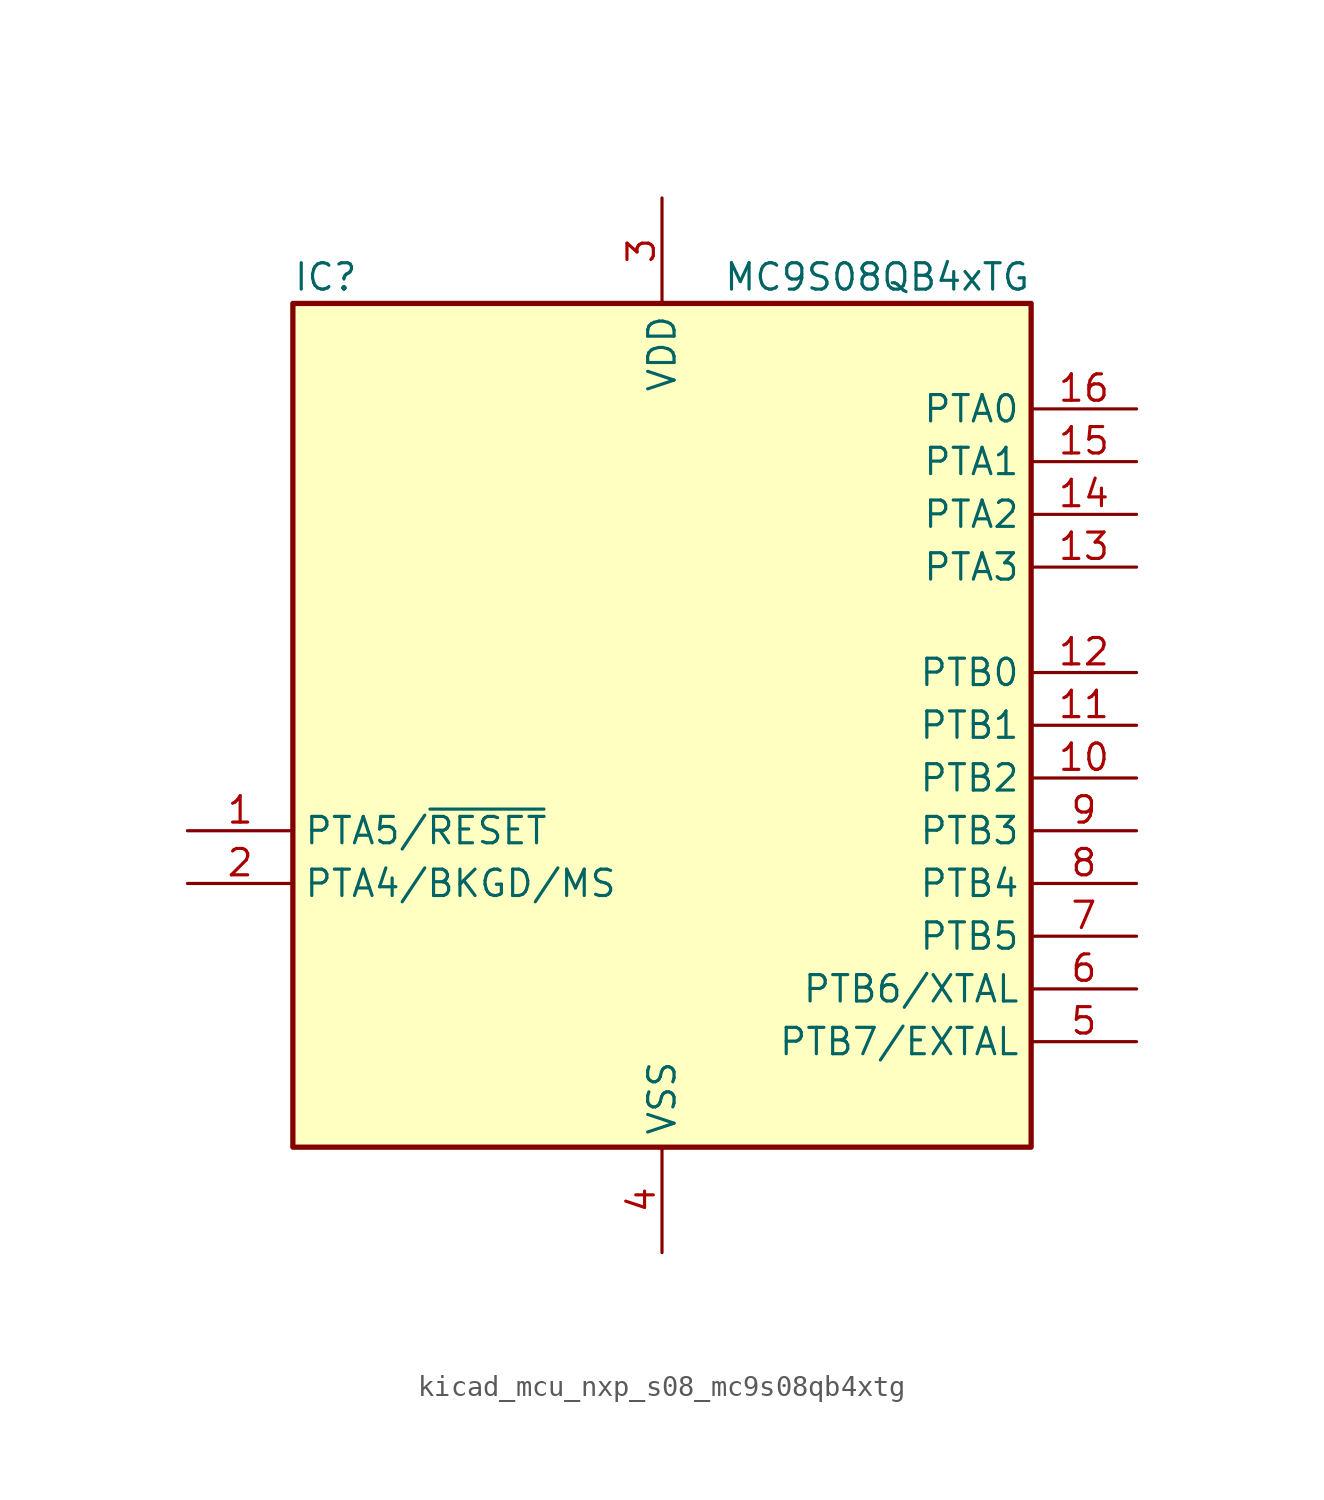
<source format=kicad_sym>
(kicad_symbol_lib
  (version 20220914)
  (generator kicad_symbol_editor)
  (symbol "kicad_mcu_nxp_s08_mc9s08qb4xtg"
    (property "Reference" "IC"
      (at -17.78 21.59 0)
      (effects (font (size 1.27 1.27)) (justify left)))
    (property "Value" "MC9S08QB4xTG"
      (at 17.78 21.59 0)
      (effects (font (size 1.27 1.27)) (justify right)))
    (symbol "kicad_mcu_nxp_s08_mc9s08qb4xtg_0_1"
      (rectangle (start -17.78 20.32) (end 17.78 -20.32) (stroke (width 0.254) (type default)) (fill (type background))))
    (symbol "kicad_mcu_nxp_s08_mc9s08qb4xtg_1_1"
      (pin bidirectional line (at -22.86 -5.08 0) (length 5.08) (name "PTA5/~{RESET}" (effects (font (size 1.27 1.27)))) (number "1" (effects (font (size 1.27 1.27)))))
      (pin bidirectional line (at 22.86 -2.54 180) (length 5.08) (name "PTB2" (effects (font (size 1.27 1.27)))) (number "10" (effects (font (size 1.27 1.27)))))
      (pin bidirectional line (at 22.86 0 180) (length 5.08) (name "PTB1" (effects (font (size 1.27 1.27)))) (number "11" (effects (font (size 1.27 1.27)))))
      (pin bidirectional line (at 22.86 2.54 180) (length 5.08) (name "PTB0" (effects (font (size 1.27 1.27)))) (number "12" (effects (font (size 1.27 1.27)))))
      (pin bidirectional line (at 22.86 7.62 180) (length 5.08) (name "PTA3" (effects (font (size 1.27 1.27)))) (number "13" (effects (font (size 1.27 1.27)))))
      (pin bidirectional line (at 22.86 10.16 180) (length 5.08) (name "PTA2" (effects (font (size 1.27 1.27)))) (number "14" (effects (font (size 1.27 1.27)))))
      (pin bidirectional line (at 22.86 12.7 180) (length 5.08) (name "PTA1" (effects (font (size 1.27 1.27)))) (number "15" (effects (font (size 1.27 1.27)))))
      (pin bidirectional line (at 22.86 15.24 180) (length 5.08) (name "PTA0" (effects (font (size 1.27 1.27)))) (number "16" (effects (font (size 1.27 1.27)))))
      (pin bidirectional line (at -22.86 -7.62 0) (length 5.08) (name "PTA4/BKGD/MS" (effects (font (size 1.27 1.27)))) (number "2" (effects (font (size 1.27 1.27)))))
      (pin power_in line (at 0 25.4 270) (length 5.08) (name "VDD" (effects (font (size 1.27 1.27)))) (number "3" (effects (font (size 1.27 1.27)))))
      (pin power_in line (at 0 -25.4 90) (length 5.08) (name "VSS" (effects (font (size 1.27 1.27)))) (number "4" (effects (font (size 1.27 1.27)))))
      (pin bidirectional line (at 22.86 -15.24 180) (length 5.08) (name "PTB7/EXTAL" (effects (font (size 1.27 1.27)))) (number "5" (effects (font (size 1.27 1.27)))))
      (pin bidirectional line (at 22.86 -12.7 180) (length 5.08) (name "PTB6/XTAL" (effects (font (size 1.27 1.27)))) (number "6" (effects (font (size 1.27 1.27)))))
      (pin bidirectional line (at 22.86 -10.16 180) (length 5.08) (name "PTB5" (effects (font (size 1.27 1.27)))) (number "7" (effects (font (size 1.27 1.27)))))
      (pin bidirectional line (at 22.86 -7.62 180) (length 5.08) (name "PTB4" (effects (font (size 1.27 1.27)))) (number "8" (effects (font (size 1.27 1.27)))))
      (pin bidirectional line (at 22.86 -5.08 180) (length 5.08) (name "PTB3" (effects (font (size 1.27 1.27)))) (number "9" (effects (font (size 1.27 1.27))))))))
</source>
